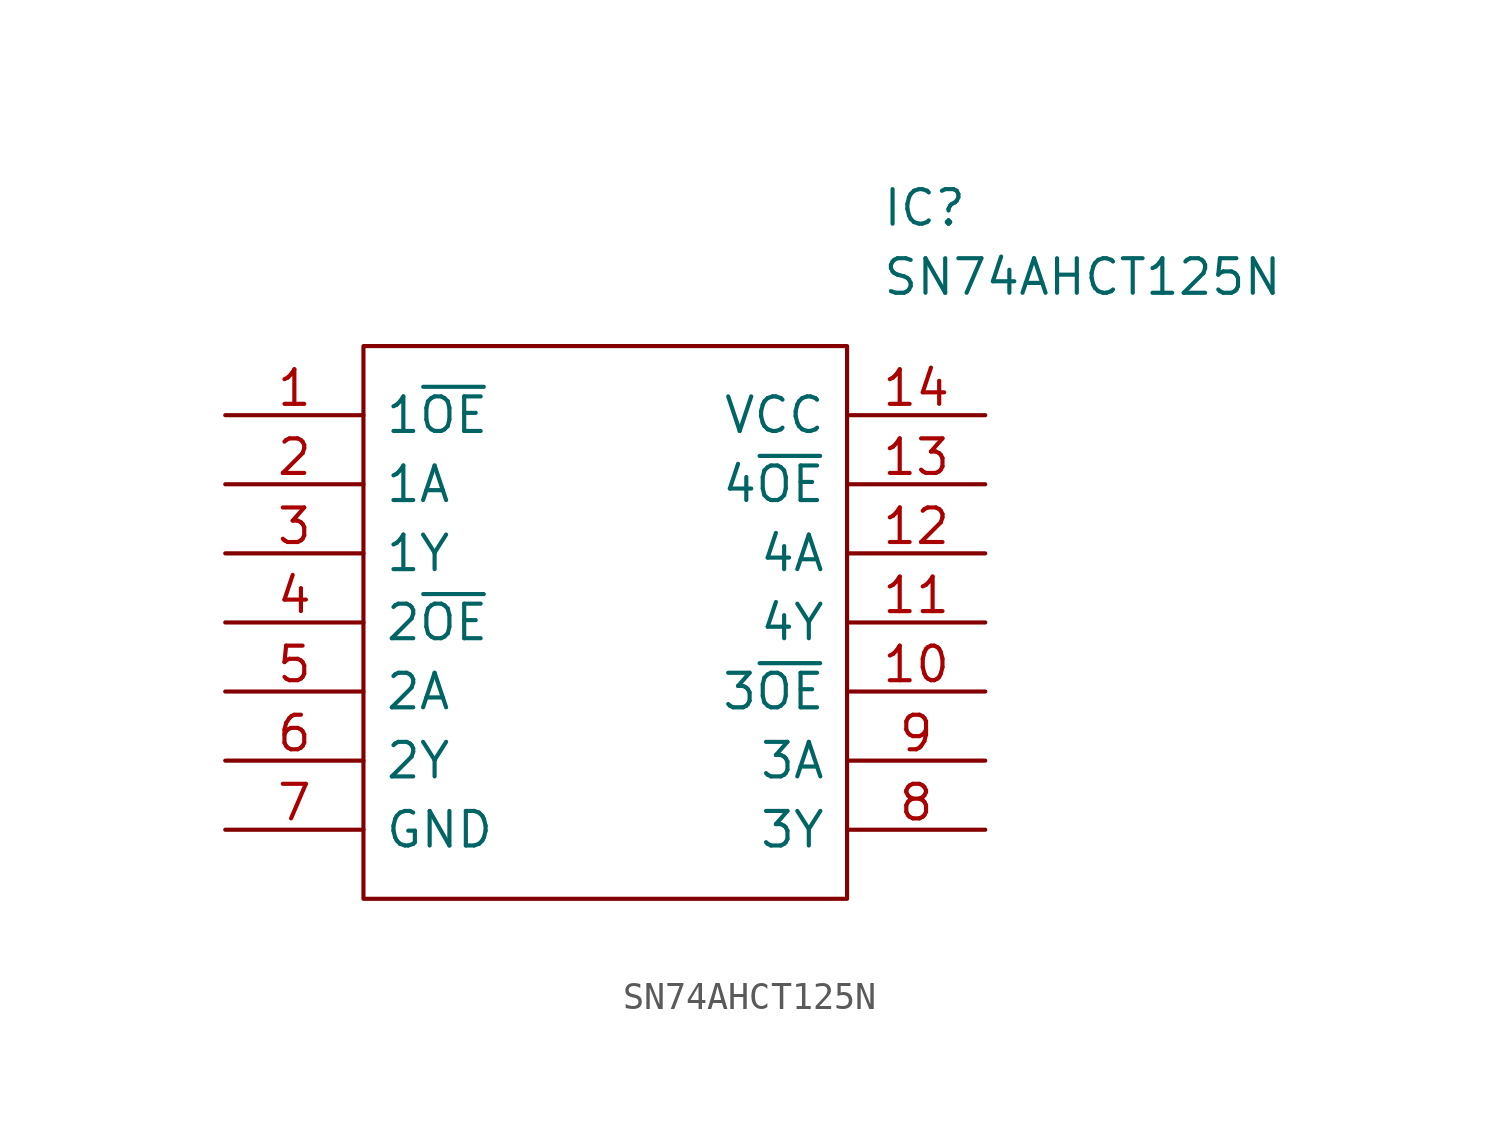
<source format=kicad_sym>
(kicad_symbol_lib
  (version 20211014)
  (generator kicad_symbol_editor)
  (symbol "SN74AHCT125N"
    (pin_names
      (offset 0.762))
    (property "Reference" "IC"
      (at 24.13 7.62 0)
      (effects (font (size 1.27 1.27)) (justify left)))
    (property "Value" "SN74AHCT125N"
      (at 24.13 5.08 0)
      (effects (font (size 1.27 1.27)) (justify left)))
    (symbol "SN74AHCT125N_0_0"
      (pin passive line (at 0 0 0) (length 5.08) (name "1~{OE}" (effects (font (size 1.27 1.27)))) (number "1" (effects (font (size 1.27 1.27)))))
      (pin passive line (at 27.94 -10.16 180) (length 5.08) (name "3~{OE}" (effects (font (size 1.27 1.27)))) (number "10" (effects (font (size 1.27 1.27)))))
      (pin passive line (at 27.94 -7.62 180) (length 5.08) (name "4Y" (effects (font (size 1.27 1.27)))) (number "11" (effects (font (size 1.27 1.27)))))
      (pin passive line (at 27.94 -5.08 180) (length 5.08) (name "4A" (effects (font (size 1.27 1.27)))) (number "12" (effects (font (size 1.27 1.27)))))
      (pin passive line (at 27.94 -2.54 180) (length 5.08) (name "4~{OE}" (effects (font (size 1.27 1.27)))) (number "13" (effects (font (size 1.27 1.27)))))
      (pin passive line (at 27.94 0 180) (length 5.08) (name "VCC" (effects (font (size 1.27 1.27)))) (number "14" (effects (font (size 1.27 1.27)))))
      (pin passive line (at 0 -2.54 0) (length 5.08) (name "1A" (effects (font (size 1.27 1.27)))) (number "2" (effects (font (size 1.27 1.27)))))
      (pin passive line (at 0 -5.08 0) (length 5.08) (name "1Y" (effects (font (size 1.27 1.27)))) (number "3" (effects (font (size 1.27 1.27)))))
      (pin passive line (at 0 -7.62 0) (length 5.08) (name "2~{OE}" (effects (font (size 1.27 1.27)))) (number "4" (effects (font (size 1.27 1.27)))))
      (pin passive line (at 0 -10.16 0) (length 5.08) (name "2A" (effects (font (size 1.27 1.27)))) (number "5" (effects (font (size 1.27 1.27)))))
      (pin passive line (at 0 -12.7 0) (length 5.08) (name "2Y" (effects (font (size 1.27 1.27)))) (number "6" (effects (font (size 1.27 1.27)))))
      (pin passive line (at 0 -15.24 0) (length 5.08) (name "GND" (effects (font (size 1.27 1.27)))) (number "7" (effects (font (size 1.27 1.27)))))
      (pin passive line (at 27.94 -15.24 180) (length 5.08) (name "3Y" (effects (font (size 1.27 1.27)))) (number "8" (effects (font (size 1.27 1.27)))))
      (pin passive line (at 27.94 -12.7 180) (length 5.08) (name "3A" (effects (font (size 1.27 1.27)))) (number "9" (effects (font (size 1.27 1.27))))))
    (symbol "SN74AHCT125N_0_1"
      (polyline (pts (xy 5.08 2.54) (xy 22.86 2.54) (xy 22.86 -17.78) (xy 5.08 -17.78) (xy 5.08 2.54)) (stroke (width 0.152) (type default) (color 0 0 0 0)) (fill (type none))))))
</source>
